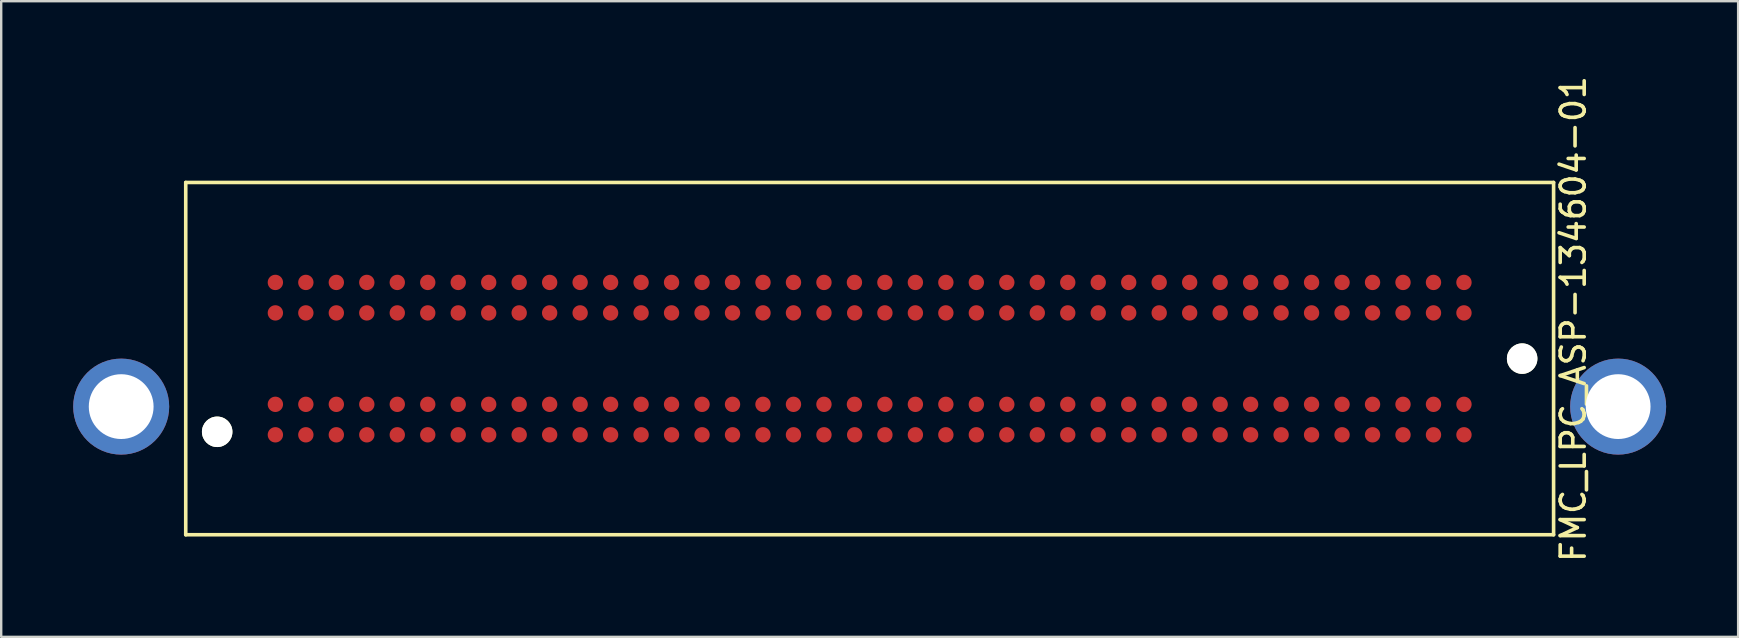
<source format=kicad_pcb>
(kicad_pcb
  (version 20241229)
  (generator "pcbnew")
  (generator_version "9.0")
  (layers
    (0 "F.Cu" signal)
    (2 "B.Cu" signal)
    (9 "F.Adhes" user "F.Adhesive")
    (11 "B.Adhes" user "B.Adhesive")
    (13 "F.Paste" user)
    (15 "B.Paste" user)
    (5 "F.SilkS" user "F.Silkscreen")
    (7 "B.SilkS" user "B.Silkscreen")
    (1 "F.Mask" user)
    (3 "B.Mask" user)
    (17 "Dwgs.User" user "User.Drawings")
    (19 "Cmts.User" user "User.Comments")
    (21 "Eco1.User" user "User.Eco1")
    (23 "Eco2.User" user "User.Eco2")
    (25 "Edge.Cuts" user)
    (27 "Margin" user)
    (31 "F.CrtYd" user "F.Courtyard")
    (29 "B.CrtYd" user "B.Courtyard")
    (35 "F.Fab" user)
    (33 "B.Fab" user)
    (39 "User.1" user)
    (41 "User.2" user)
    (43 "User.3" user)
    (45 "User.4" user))
  (footprint "FMC_LPC_ASP-134604-01"
    (layer "F.Cu")
    (at 33.19 11.894)
    (property "Reference" "FMC_LPC_ASP-134604-01" (at 29.32 -1.65 270) (layer "F.SilkS") (effects (font (size 1 1) (thickness 0.15))))
    (attr smd)
    (fp_line (start -28.5 -7.34) (end -28.5 7.34) (stroke (width 0.15) (type solid)) (layer "F.SilkS"))
    (fp_line (start -28.5 -7.34) (end 28.5 -7.34) (stroke (width 0.15) (type solid)) (layer "F.SilkS"))
    (fp_line (start 28.5 -7.34) (end 28.5 7.34) (stroke (width 0.15) (type solid)) (layer "F.SilkS"))
    (fp_line (start 28.5 7.34) (end -28.5 7.34) (stroke (width 0.15) (type solid)) (layer "F.SilkS"))
    (pad "" np_thru_hole circle (at -27.19 3.05) (size 1.27 1.27) (drill 1.27) (layers "*.Cu" "*.Mask" "F.SilkS"))
    (pad "" np_thru_hole circle (at 27.19 0) (size 1.27 1.27) (drill 1.27) (layers "*.Cu" "*.Mask" "F.SilkS"))
    (pad "C01" smd circle (at 24.765 -3.175) (size 0.64 0.64) (layers "F.Cu" "F.Mask" "F.Paste"))
    (pad "C01" thru_hole circle (at 31.19 2) (size 4 4) (drill 2.7) (layers "*.Cu" "*.Mask"))
    (pad "C02" smd circle (at 23.495 -3.175) (size 0.64 0.64) (layers "F.Cu" "F.Mask" "F.Paste"))
    (pad "C03" smd circle (at 22.225 -3.175) (size 0.64 0.64) (layers "F.Cu" "F.Mask" "F.Paste"))
    (pad "C04" smd circle (at 20.955 -3.175) (size 0.64 0.64) (layers "F.Cu" "F.Mask" "F.Paste"))
    (pad "C05" smd circle (at 19.685 -3.175) (size 0.64 0.64) (layers "F.Cu" "F.Mask" "F.Paste"))
    (pad "C06" smd circle (at 18.415 -3.175) (size 0.64 0.64) (layers "F.Cu" "F.Mask" "F.Paste"))
    (pad "C07" smd circle (at 17.145 -3.175) (size 0.64 0.64) (layers "F.Cu" "F.Mask" "F.Paste"))
    (pad "C08" smd circle (at 15.875 -3.175) (size 0.64 0.64) (layers "F.Cu" "F.Mask" "F.Paste"))
    (pad "C09" smd circle (at 14.605 -3.175) (size 0.64 0.64) (layers "F.Cu" "F.Mask" "F.Paste"))
    (pad "C10" smd circle (at 13.335 -3.175) (size 0.64 0.64) (layers "F.Cu" "F.Mask" "F.Paste"))
    (pad "C11" smd circle (at 12.065 -3.175) (size 0.64 0.64) (layers "F.Cu" "F.Mask" "F.Paste"))
    (pad "C12" smd circle (at 10.795 -3.175) (size 0.64 0.64) (layers "F.Cu" "F.Mask" "F.Paste"))
    (pad "C13" smd circle (at 9.525 -3.175) (size 0.64 0.64) (layers "F.Cu" "F.Mask" "F.Paste"))
    (pad "C14" smd circle (at 8.255 -3.175) (size 0.64 0.64) (layers "F.Cu" "F.Mask" "F.Paste"))
    (pad "C15" smd circle (at 6.985 -3.175) (size 0.64 0.64) (layers "F.Cu" "F.Mask" "F.Paste"))
    (pad "C16" smd circle (at 5.715 -3.175) (size 0.64 0.64) (layers "F.Cu" "F.Mask" "F.Paste"))
    (pad "C17" smd circle (at 4.445 -3.175) (size 0.64 0.64) (layers "F.Cu" "F.Mask" "F.Paste"))
    (pad "C18" smd circle (at 3.175 -3.175) (size 0.64 0.64) (layers "F.Cu" "F.Mask" "F.Paste"))
    (pad "C19" smd circle (at 1.905 -3.175) (size 0.64 0.64) (layers "F.Cu" "F.Mask" "F.Paste"))
    (pad "C20" smd circle (at 0.635 -3.175) (size 0.64 0.64) (layers "F.Cu" "F.Mask" "F.Paste"))
    (pad "C21" smd circle (at -0.635 -3.175) (size 0.64 0.64) (layers "F.Cu" "F.Mask" "F.Paste"))
    (pad "C22" smd circle (at -1.905 -3.175) (size 0.64 0.64) (layers "F.Cu" "F.Mask" "F.Paste"))
    (pad "C23" smd circle (at -3.175 -3.175) (size 0.64 0.64) (layers "F.Cu" "F.Mask" "F.Paste"))
    (pad "C24" smd circle (at -4.445 -3.175) (size 0.64 0.64) (layers "F.Cu" "F.Mask" "F.Paste"))
    (pad "C25" smd circle (at -5.715 -3.175) (size 0.64 0.64) (layers "F.Cu" "F.Mask" "F.Paste"))
    (pad "C26" smd circle (at -6.985 -3.175) (size 0.64 0.64) (layers "F.Cu" "F.Mask" "F.Paste"))
    (pad "C27" smd circle (at -8.255 -3.175) (size 0.64 0.64) (layers "F.Cu" "F.Mask" "F.Paste"))
    (pad "C28" smd circle (at -9.525 -3.175) (size 0.64 0.64) (layers "F.Cu" "F.Mask" "F.Paste"))
    (pad "C29" smd circle (at -10.795 -3.175) (size 0.64 0.64) (layers "F.Cu" "F.Mask" "F.Paste"))
    (pad "C30" smd circle (at -12.065 -3.175) (size 0.64 0.64) (layers "F.Cu" "F.Mask" "F.Paste"))
    (pad "C31" smd circle (at -13.335 -3.175) (size 0.64 0.64) (layers "F.Cu" "F.Mask" "F.Paste"))
    (pad "C32" smd circle (at -14.605 -3.175) (size 0.64 0.64) (layers "F.Cu" "F.Mask" "F.Paste"))
    (pad "C33" smd circle (at -15.875 -3.175) (size 0.64 0.64) (layers "F.Cu" "F.Mask" "F.Paste"))
    (pad "C34" smd circle (at -17.145 -3.175) (size 0.64 0.64) (layers "F.Cu" "F.Mask" "F.Paste"))
    (pad "C35" smd circle (at -18.415 -3.175) (size 0.64 0.64) (layers "F.Cu" "F.Mask" "F.Paste"))
    (pad "C36" smd circle (at -19.685 -3.175) (size 0.64 0.64) (layers "F.Cu" "F.Mask" "F.Paste"))
    (pad "C37" smd circle (at -20.955 -3.175) (size 0.64 0.64) (layers "F.Cu" "F.Mask" "F.Paste"))
    (pad "C38" smd circle (at -22.225 -3.175) (size 0.64 0.64) (layers "F.Cu" "F.Mask" "F.Paste"))
    (pad "C39" smd circle (at -23.495 -3.175) (size 0.64 0.64) (layers "F.Cu" "F.Mask" "F.Paste"))
    (pad "C40" smd circle (at -24.765 -3.175) (size 0.64 0.64) (layers "F.Cu" "F.Mask" "F.Paste"))
    (pad "D01" smd circle (at 24.765 -1.905) (size 0.64 0.64) (layers "F.Cu" "F.Mask" "F.Paste"))
    (pad "D02" smd circle (at 23.495 -1.905) (size 0.64 0.64) (layers "F.Cu" "F.Mask" "F.Paste"))
    (pad "D03" smd circle (at 22.225 -1.905) (size 0.64 0.64) (layers "F.Cu" "F.Mask" "F.Paste"))
    (pad "D04" smd circle (at 20.955 -1.905) (size 0.64 0.64) (layers "F.Cu" "F.Mask" "F.Paste"))
    (pad "D05" smd circle (at 19.685 -1.905) (size 0.64 0.64) (layers "F.Cu" "F.Mask" "F.Paste"))
    (pad "D06" smd circle (at 18.415 -1.905) (size 0.64 0.64) (layers "F.Cu" "F.Mask" "F.Paste"))
    (pad "D07" smd circle (at 17.145 -1.905) (size 0.64 0.64) (layers "F.Cu" "F.Mask" "F.Paste"))
    (pad "D08" smd circle (at 15.875 -1.905) (size 0.64 0.64) (layers "F.Cu" "F.Mask" "F.Paste"))
    (pad "D09" smd circle (at 14.605 -1.905) (size 0.64 0.64) (layers "F.Cu" "F.Mask" "F.Paste"))
    (pad "D10" smd circle (at 13.335 -1.905) (size 0.64 0.64) (layers "F.Cu" "F.Mask" "F.Paste"))
    (pad "D11" smd circle (at 12.065 -1.905) (size 0.64 0.64) (layers "F.Cu" "F.Mask" "F.Paste"))
    (pad "D12" smd circle (at 10.795 -1.905) (size 0.64 0.64) (layers "F.Cu" "F.Mask" "F.Paste"))
    (pad "D13" smd circle (at 9.525 -1.905) (size 0.64 0.64) (layers "F.Cu" "F.Mask" "F.Paste"))
    (pad "D14" smd circle (at 8.255 -1.905) (size 0.64 0.64) (layers "F.Cu" "F.Mask" "F.Paste"))
    (pad "D15" smd circle (at 6.985 -1.905) (size 0.64 0.64) (layers "F.Cu" "F.Mask" "F.Paste"))
    (pad "D16" smd circle (at 5.715 -1.905) (size 0.64 0.64) (layers "F.Cu" "F.Mask" "F.Paste"))
    (pad "D17" smd circle (at 4.445 -1.905) (size 0.64 0.64) (layers "F.Cu" "F.Mask" "F.Paste"))
    (pad "D18" smd circle (at 3.175 -1.905) (size 0.64 0.64) (layers "F.Cu" "F.Mask" "F.Paste"))
    (pad "D19" smd circle (at 1.905 -1.905) (size 0.64 0.64) (layers "F.Cu" "F.Mask" "F.Paste"))
    (pad "D20" smd circle (at 0.635 -1.905) (size 0.64 0.64) (layers "F.Cu" "F.Mask" "F.Paste"))
    (pad "D21" smd circle (at -0.625 -1.905) (size 0.64 0.64) (layers "F.Cu" "F.Mask" "F.Paste"))
    (pad "D22" smd circle (at -1.905 -1.905) (size 0.64 0.64) (layers "F.Cu" "F.Mask" "F.Paste"))
    (pad "D23" smd circle (at -3.175 -1.905) (size 0.64 0.64) (layers "F.Cu" "F.Mask" "F.Paste"))
    (pad "D24" smd circle (at -4.445 -1.905) (size 0.64 0.64) (layers "F.Cu" "F.Mask" "F.Paste"))
    (pad "D25" smd circle (at -5.715 -1.905) (size 0.64 0.64) (layers "F.Cu" "F.Mask" "F.Paste"))
    (pad "D26" smd circle (at -6.985 -1.905) (size 0.64 0.64) (layers "F.Cu" "F.Mask" "F.Paste"))
    (pad "D27" smd circle (at -8.255 -1.905) (size 0.64 0.64) (layers "F.Cu" "F.Mask" "F.Paste"))
    (pad "D28" smd circle (at -9.525 -1.905) (size 0.64 0.64) (layers "F.Cu" "F.Mask" "F.Paste"))
    (pad "D29" smd circle (at -10.795 -1.905) (size 0.64 0.64) (layers "F.Cu" "F.Mask" "F.Paste"))
    (pad "D30" smd circle (at -12.065 -1.905) (size 0.64 0.64) (layers "F.Cu" "F.Mask" "F.Paste"))
    (pad "D31" smd circle (at -13.335 -1.905) (size 0.64 0.64) (layers "F.Cu" "F.Mask" "F.Paste"))
    (pad "D32" smd circle (at -14.605 -1.905) (size 0.64 0.64) (layers "F.Cu" "F.Mask" "F.Paste"))
    (pad "D33" smd circle (at -15.875 -1.905) (size 0.64 0.64) (layers "F.Cu" "F.Mask" "F.Paste"))
    (pad "D34" smd circle (at -17.145 -1.905) (size 0.64 0.64) (layers "F.Cu" "F.Mask" "F.Paste"))
    (pad "D35" smd circle (at -18.415 -1.905) (size 0.64 0.64) (layers "F.Cu" "F.Mask" "F.Paste"))
    (pad "D36" smd circle (at -19.685 -1.905) (size 0.64 0.64) (layers "F.Cu" "F.Mask" "F.Paste"))
    (pad "D37" smd circle (at -20.955 -1.905) (size 0.64 0.64) (layers "F.Cu" "F.Mask" "F.Paste"))
    (pad "D38" smd circle (at -22.225 -1.905) (size 0.64 0.64) (layers "F.Cu" "F.Mask" "F.Paste"))
    (pad "D39" smd circle (at -23.495 -1.905) (size 0.64 0.64) (layers "F.Cu" "F.Mask" "F.Paste"))
    (pad "D40" smd circle (at -24.765 -1.905) (size 0.64 0.64) (layers "F.Cu" "F.Mask" "F.Paste"))
    (pad "G01" smd circle (at 24.765 1.905) (size 0.64 0.64) (layers "F.Cu" "F.Mask" "F.Paste"))
    (pad "G02" smd circle (at 23.495 1.905) (size 0.64 0.64) (layers "F.Cu" "F.Mask" "F.Paste"))
    (pad "G03" smd circle (at 22.225 1.905) (size 0.64 0.64) (layers "F.Cu" "F.Mask" "F.Paste"))
    (pad "G04" smd circle (at 20.955 1.905) (size 0.64 0.64) (layers "F.Cu" "F.Mask" "F.Paste"))
    (pad "G05" smd circle (at 19.685 1.905) (size 0.64 0.64) (layers "F.Cu" "F.Mask" "F.Paste"))
    (pad "G06" smd circle (at 18.415 1.905) (size 0.64 0.64) (layers "F.Cu" "F.Mask" "F.Paste"))
    (pad "G07" smd circle (at 17.145 1.905) (size 0.64 0.64) (layers "F.Cu" "F.Mask" "F.Paste"))
    (pad "G08" smd circle (at 15.875 1.905) (size 0.64 0.64) (layers "F.Cu" "F.Mask" "F.Paste"))
    (pad "G09" smd circle (at 14.605 1.905) (size 0.64 0.64) (layers "F.Cu" "F.Mask" "F.Paste"))
    (pad "G10" smd circle (at 13.335 1.905) (size 0.64 0.64) (layers "F.Cu" "F.Mask" "F.Paste"))
    (pad "G11" smd circle (at 12.065 1.905) (size 0.64 0.64) (layers "F.Cu" "F.Mask" "F.Paste"))
    (pad "G12" smd circle (at 10.795 1.905) (size 0.64 0.64) (layers "F.Cu" "F.Mask" "F.Paste"))
    (pad "G13" smd circle (at 9.525 1.905) (size 0.64 0.64) (layers "F.Cu" "F.Mask" "F.Paste"))
    (pad "G14" smd circle (at 8.255 1.905) (size 0.64 0.64) (layers "F.Cu" "F.Mask" "F.Paste"))
    (pad "G15" smd circle (at 6.985 1.905) (size 0.64 0.64) (layers "F.Cu" "F.Mask" "F.Paste"))
    (pad "G16" smd circle (at 5.715 1.905) (size 0.64 0.64) (layers "F.Cu" "F.Mask" "F.Paste"))
    (pad "G17" smd circle (at 4.445 1.905) (size 0.64 0.64) (layers "F.Cu" "F.Mask" "F.Paste"))
    (pad "G18" smd circle (at 3.175 1.905) (size 0.64 0.64) (layers "F.Cu" "F.Mask" "F.Paste"))
    (pad "G19" smd circle (at 1.905 1.905) (size 0.64 0.64) (layers "F.Cu" "F.Mask" "F.Paste"))
    (pad "G20" smd circle (at 0.635 1.905) (size 0.64 0.64) (layers "F.Cu" "F.Mask" "F.Paste"))
    (pad "G21" smd circle (at -0.635 1.905) (size 0.64 0.64) (layers "F.Cu" "F.Mask" "F.Paste"))
    (pad "G22" smd circle (at -1.905 1.905) (size 0.64 0.64) (layers "F.Cu" "F.Mask" "F.Paste"))
    (pad "G23" smd circle (at -3.175 1.905) (size 0.64 0.64) (layers "F.Cu" "F.Mask" "F.Paste"))
    (pad "G24" smd circle (at -4.445 1.905) (size 0.64 0.64) (layers "F.Cu" "F.Mask" "F.Paste"))
    (pad "G25" smd circle (at -5.715 1.905) (size 0.64 0.64) (layers "F.Cu" "F.Mask" "F.Paste"))
    (pad "G26" smd circle (at -6.985 1.905) (size 0.64 0.64) (layers "F.Cu" "F.Mask" "F.Paste"))
    (pad "G27" smd circle (at -8.255 1.905) (size 0.64 0.64) (layers "F.Cu" "F.Mask" "F.Paste"))
    (pad "G28" smd circle (at -9.525 1.905) (size 0.64 0.64) (layers "F.Cu" "F.Mask" "F.Paste"))
    (pad "G29" smd circle (at -10.795 1.905) (size 0.64 0.64) (layers "F.Cu" "F.Mask" "F.Paste"))
    (pad "G30" smd circle (at -12.065 1.905) (size 0.64 0.64) (layers "F.Cu" "F.Mask" "F.Paste"))
    (pad "G31" smd circle (at -13.335 1.905) (size 0.64 0.64) (layers "F.Cu" "F.Mask" "F.Paste"))
    (pad "G32" smd circle (at -14.605 1.905) (size 0.64 0.64) (layers "F.Cu" "F.Mask" "F.Paste"))
    (pad "G33" smd circle (at -15.875 1.905) (size 0.64 0.64) (layers "F.Cu" "F.Mask" "F.Paste"))
    (pad "G34" smd circle (at -17.145 1.905) (size 0.64 0.64) (layers "F.Cu" "F.Mask" "F.Paste"))
    (pad "G35" smd circle (at -18.415 1.905) (size 0.64 0.64) (layers "F.Cu" "F.Mask" "F.Paste"))
    (pad "G36" smd circle (at -19.685 1.905) (size 0.64 0.64) (layers "F.Cu" "F.Mask" "F.Paste"))
    (pad "G37" smd circle (at -20.955 1.905) (size 0.64 0.64) (layers "F.Cu" "F.Mask" "F.Paste"))
    (pad "G38" smd circle (at -22.225 1.905) (size 0.64 0.64) (layers "F.Cu" "F.Mask" "F.Paste"))
    (pad "G39" smd circle (at -23.495 1.905) (size 0.64 0.64) (layers "F.Cu" "F.Mask" "F.Paste"))
    (pad "G40" thru_hole circle (at -31.19 2) (size 4 4) (drill 2.7) (layers "*.Cu" "*.Mask"))
    (pad "G40" smd circle (at -24.765 1.905) (size 0.64 0.64) (layers "F.Cu" "F.Mask" "F.Paste"))
    (pad "H01" smd circle (at 24.765 3.175) (size 0.64 0.64) (layers "F.Cu" "F.Mask" "F.Paste"))
    (pad "H02" smd circle (at 23.495 3.175) (size 0.64 0.64) (layers "F.Cu" "F.Mask" "F.Paste"))
    (pad "H03" smd circle (at 22.225 3.175) (size 0.64 0.64) (layers "F.Cu" "F.Mask" "F.Paste"))
    (pad "H04" smd circle (at 20.955 3.175) (size 0.64 0.64) (layers "F.Cu" "F.Mask" "F.Paste"))
    (pad "H05" smd circle (at 19.685 3.175) (size 0.64 0.64) (layers "F.Cu" "F.Mask" "F.Paste"))
    (pad "H06" smd circle (at 18.415 3.175) (size 0.64 0.64) (layers "F.Cu" "F.Mask" "F.Paste"))
    (pad "H07" smd circle (at 17.145 3.175) (size 0.64 0.64) (layers "F.Cu" "F.Mask" "F.Paste"))
    (pad "H08" smd circle (at 15.875 3.175) (size 0.64 0.64) (layers "F.Cu" "F.Mask" "F.Paste"))
    (pad "H09" smd circle (at 14.605 3.175) (size 0.64 0.64) (layers "F.Cu" "F.Mask" "F.Paste"))
    (pad "H10" smd circle (at 13.335 3.175) (size 0.64 0.64) (layers "F.Cu" "F.Mask" "F.Paste"))
    (pad "H11" smd circle (at 12.065 3.175) (size 0.64 0.64) (layers "F.Cu" "F.Mask" "F.Paste"))
    (pad "H12" smd circle (at 10.795 3.175) (size 0.64 0.64) (layers "F.Cu" "F.Mask" "F.Paste"))
    (pad "H13" smd circle (at 9.525 3.175) (size 0.64 0.64) (layers "F.Cu" "F.Mask" "F.Paste"))
    (pad "H14" smd circle (at 8.255 3.175) (size 0.64 0.64) (layers "F.Cu" "F.Mask" "F.Paste"))
    (pad "H15" smd circle (at 6.985 3.175) (size 0.64 0.64) (layers "F.Cu" "F.Mask" "F.Paste"))
    (pad "H16" smd circle (at 5.715 3.175) (size 0.64 0.64) (layers "F.Cu" "F.Mask" "F.Paste"))
    (pad "H17" smd circle (at 4.445 3.175) (size 0.64 0.64) (layers "F.Cu" "F.Mask" "F.Paste"))
    (pad "H18" smd circle (at 3.175 3.175) (size 0.64 0.64) (layers "F.Cu" "F.Mask" "F.Paste"))
    (pad "H19" smd circle (at 1.905 3.175) (size 0.64 0.64) (layers "F.Cu" "F.Mask" "F.Paste"))
    (pad "H20" smd circle (at 0.635 3.175) (size 0.64 0.64) (layers "F.Cu" "F.Mask" "F.Paste"))
    (pad "H21" smd circle (at -0.625 3.175) (size 0.64 0.64) (layers "F.Cu" "F.Mask" "F.Paste"))
    (pad "H22" smd circle (at -1.905 3.175) (size 0.64 0.64) (layers "F.Cu" "F.Mask" "F.Paste"))
    (pad "H23" smd circle (at -3.175 3.175) (size 0.64 0.64) (layers "F.Cu" "F.Mask" "F.Paste"))
    (pad "H24" smd circle (at -4.445 3.175) (size 0.64 0.64) (layers "F.Cu" "F.Mask" "F.Paste"))
    (pad "H25" smd circle (at -5.715 3.175) (size 0.64 0.64) (layers "F.Cu" "F.Mask" "F.Paste"))
    (pad "H26" smd circle (at -6.985 3.175) (size 0.64 0.64) (layers "F.Cu" "F.Mask" "F.Paste"))
    (pad "H27" smd circle (at -8.255 3.175) (size 0.64 0.64) (layers "F.Cu" "F.Mask" "F.Paste"))
    (pad "H28" smd circle (at -9.525 3.175) (size 0.64 0.64) (layers "F.Cu" "F.Mask" "F.Paste"))
    (pad "H29" smd circle (at -10.795 3.175) (size 0.64 0.64) (layers "F.Cu" "F.Mask" "F.Paste"))
    (pad "H30" smd circle (at -12.065 3.175) (size 0.64 0.64) (layers "F.Cu" "F.Mask" "F.Paste"))
    (pad "H31" smd circle (at -13.335 3.175) (size 0.64 0.64) (layers "F.Cu" "F.Mask" "F.Paste"))
    (pad "H32" smd circle (at -14.605 3.175) (size 0.64 0.64) (layers "F.Cu" "F.Mask" "F.Paste"))
    (pad "H33" smd circle (at -15.875 3.175) (size 0.64 0.64) (layers "F.Cu" "F.Mask" "F.Paste"))
    (pad "H34" smd circle (at -17.145 3.175) (size 0.64 0.64) (layers "F.Cu" "F.Mask" "F.Paste"))
    (pad "H35" smd circle (at -18.415 3.175) (size 0.64 0.64) (layers "F.Cu" "F.Mask" "F.Paste"))
    (pad "H36" smd circle (at -19.685 3.175) (size 0.64 0.64) (layers "F.Cu" "F.Mask" "F.Paste"))
    (pad "H37" smd circle (at -20.955 3.175) (size 0.64 0.64) (layers "F.Cu" "F.Mask" "F.Paste"))
    (pad "H38" smd circle (at -22.225 3.175) (size 0.64 0.64) (layers "F.Cu" "F.Mask" "F.Paste"))
    (pad "H39" smd circle (at -23.495 3.175) (size 0.64 0.64) (layers "F.Cu" "F.Mask" "F.Paste"))
    (pad "H40" smd circle (at -24.765 3.175) (size 0.64 0.64) (layers "F.Cu" "F.Mask" "F.Paste")))
  (gr_rect
    (start -3 -3)
    (end 69.38 23.488)
    (stroke (width 0.1) (type default))
    (fill no)
    (layer "Edge.Cuts")))
</source>
